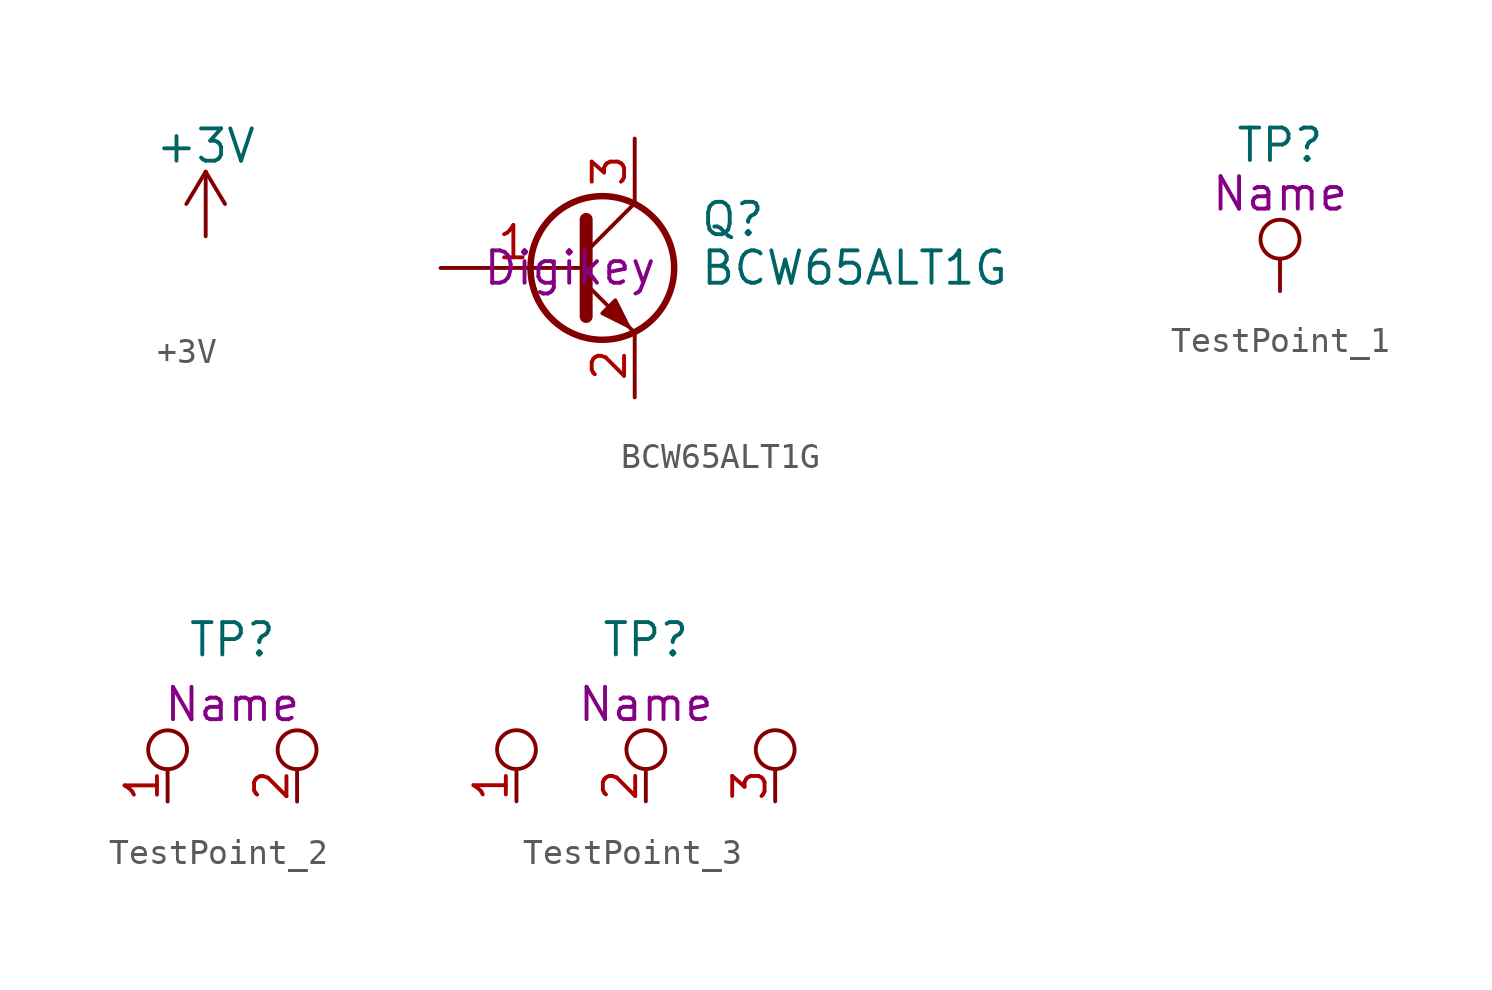
<source format=kicad_sym>
(kicad_symbol_lib
  (version 20211014)
  (generator kicad_symbol_editor)
  (symbol "+3V"
    (power)
    (pin_names
      (offset 0))
    (property "Reference" "#PWR"
      (at -0.635 -5.715 0)
      (effects (font (size 1.27 1.27)) hide))
    (property "Value" "+3V"
      (at 0 3.556 0)
      (effects (font (size 1.27 1.27))))
    (symbol "+3V_0_1"
      (polyline (pts (xy -0.762 1.27) (xy 0 2.54)) (stroke (width 0) (type default) (color 0 0 0 0)) (fill (type none)))
      (polyline (pts (xy 0 0) (xy 0 2.54)) (stroke (width 0) (type default) (color 0 0 0 0)) (fill (type none)))
      (polyline (pts (xy 0 2.54) (xy 0.762 1.27)) (stroke (width 0) (type default) (color 0 0 0 0)) (fill (type none))))
    (symbol "+3V_1_1"
      (pin power_in line (at -3.175 -2.54 180) (length 0) hide (name "+3V0" (effects (font (size 1.27 1.27)))) (number "1" (effects (font (size 1.27 1.27)))))))
  (symbol "BCW65ALT1G"
    (pin_names
      (offset 0) hide)
    (property "Reference" "Q"
      (at 5.08 1.905 0)
      (effects (font (size 1.27 1.27)) (justify left)))
    (property "Value" "BCW65ALT1G"
      (at 5.08 0 0)
      (effects (font (size 1.27 1.27)) (justify left)))
    (property "Source" "Digikey"
      (at 0 0 0)
      (effects (font (size 1.27 1.27))))
    (symbol "BCW65ALT1G_0_1"
      (polyline (pts (xy 0.635 0.635) (xy 2.54 2.54)) (stroke (width 0) (type default) (color 0 0 0 0)) (fill (type none)))
      (polyline (pts (xy 0.635 -0.635) (xy 2.54 -2.54) (xy 2.54 -2.54)) (stroke (width 0) (type default) (color 0 0 0 0)) (fill (type none)))
      (polyline (pts (xy 0.635 1.905) (xy 0.635 -1.905) (xy 0.635 -1.905)) (stroke (width 0.508) (type default) (color 0 0 0 0)) (fill (type none)))
      (polyline (pts (xy 1.27 -1.778) (xy 1.778 -1.27) (xy 2.286 -2.286) (xy 1.27 -1.778) (xy 1.27 -1.778)) (stroke (width 0) (type default) (color 0 0 0 0)) (fill (type outline)))
      (circle (center 1.27 0) (radius 2.819) (stroke (width 0.254) (type default) (color 0 0 0 0)) (fill (type none))))
    (symbol "BCW65ALT1G_1_1"
      (pin input line (at -5.08 0 0) (length 5.715) (name "B" (effects (font (size 1.27 1.27)))) (number "1" (effects (font (size 1.27 1.27)))))
      (pin passive line (at 2.54 -5.08 90) (length 2.54) (name "E" (effects (font (size 1.27 1.27)))) (number "2" (effects (font (size 1.27 1.27)))))
      (pin passive line (at 2.54 5.08 270) (length 2.54) (name "C" (effects (font (size 1.27 1.27)))) (number "3" (effects (font (size 1.27 1.27)))))))
  (symbol "TestPoint_1"
    (pin_numbers hide)
    (pin_names
      (offset 0.762) hide)
    (property "Reference" "TP"
      (at 0 5.715 0)
      (effects (font (size 1.27 1.27))))
    (property "Name" "Name"
      (at 0 3.81 0)
      (effects (font (size 1.27 1.27))))
    (symbol "TestPoint_1_0_1"
      (circle (center 0 2.032) (radius 0.762) (stroke (width 0) (type default) (color 0 0 0 0)) (fill (type none))))
    (symbol "TestPoint_1_1_1"
      (pin passive line (at 0 0 90) (length 1.27) (name "1" (effects (font (size 1.27 1.27)))) (number "1" (effects (font (size 1.27 1.27)))))))
  (symbol "TestPoint_2"
    (pin_names
      (offset 1.016) hide)
    (property "Reference" "TP"
      (at 0 6.35 0)
      (effects (font (size 1.27 1.27))))
    (property "Name" "Name"
      (at 0 3.81 0)
      (effects (font (size 1.27 1.27))))
    (symbol "TestPoint_2_0_1"
      (circle (center -2.54 2.032) (radius 0.762) (stroke (width 0) (type default) (color 0 0 0 0)) (fill (type none))))
    (symbol "TestPoint_2_1_1"
      (circle (center 2.54 2.032) (radius 0.762) (stroke (width 0) (type default) (color 0 0 0 0)) (fill (type none)))
      (pin passive line (at -2.54 0 90) (length 1.27) (name "1" (effects (font (size 1.27 1.27)))) (number "1" (effects (font (size 1.27 1.27)))))
      (pin passive line (at 2.54 0 90) (length 1.27) (name "2" (effects (font (size 1.27 1.27)))) (number "2" (effects (font (size 1.27 1.27)))))))
  (symbol "TestPoint_3"
    (pin_names
      (offset 1.016) hide)
    (property "Reference" "TP"
      (at 0 6.35 0)
      (effects (font (size 1.27 1.27))))
    (property "Name" "Name"
      (at 0 3.81 0)
      (effects (font (size 1.27 1.27))))
    (symbol "TestPoint_3_0_1"
      (circle (center -5.08 2.032) (radius 0.762) (stroke (width 0) (type default) (color 0 0 0 0)) (fill (type none))))
    (symbol "TestPoint_3_1_1"
      (circle (center 0 2.032) (radius 0.762) (stroke (width 0) (type default) (color 0 0 0 0)) (fill (type none)))
      (circle (center 5.08 2.032) (radius 0.762) (stroke (width 0) (type default) (color 0 0 0 0)) (fill (type none)))
      (pin passive line (at -5.08 0 90) (length 1.27) (name "1" (effects (font (size 1.27 1.27)))) (number "1" (effects (font (size 1.27 1.27)))))
      (pin passive line (at 0 0 90) (length 1.27) (name "2" (effects (font (size 1.27 1.27)))) (number "2" (effects (font (size 1.27 1.27)))))
      (pin passive line (at 5.08 0 90) (length 1.27) (name "3" (effects (font (size 1.27 1.27)))) (number "3" (effects (font (size 1.27 1.27))))))))
</source>
